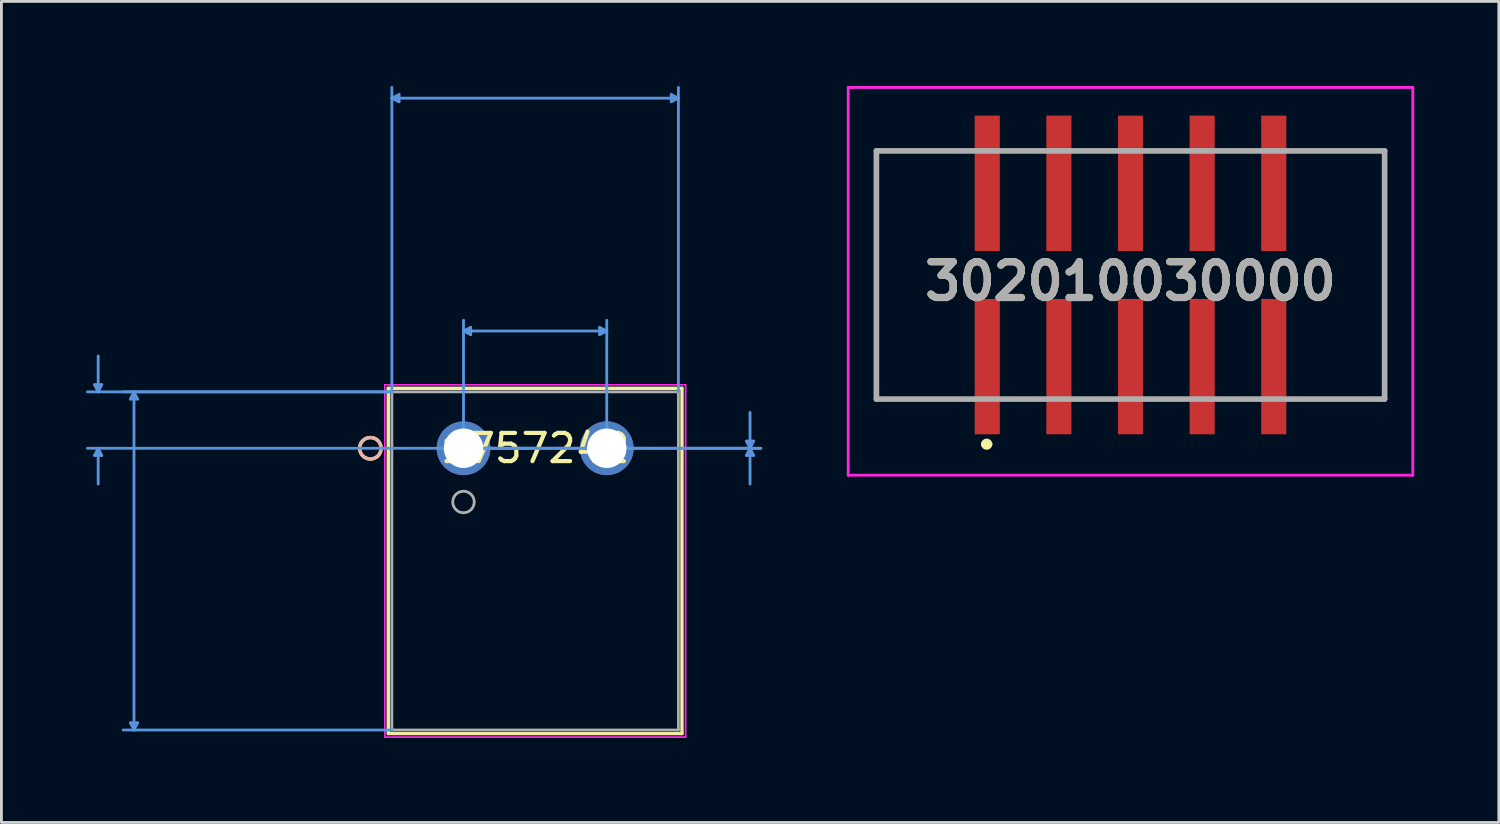
<source format=kicad_pcb>
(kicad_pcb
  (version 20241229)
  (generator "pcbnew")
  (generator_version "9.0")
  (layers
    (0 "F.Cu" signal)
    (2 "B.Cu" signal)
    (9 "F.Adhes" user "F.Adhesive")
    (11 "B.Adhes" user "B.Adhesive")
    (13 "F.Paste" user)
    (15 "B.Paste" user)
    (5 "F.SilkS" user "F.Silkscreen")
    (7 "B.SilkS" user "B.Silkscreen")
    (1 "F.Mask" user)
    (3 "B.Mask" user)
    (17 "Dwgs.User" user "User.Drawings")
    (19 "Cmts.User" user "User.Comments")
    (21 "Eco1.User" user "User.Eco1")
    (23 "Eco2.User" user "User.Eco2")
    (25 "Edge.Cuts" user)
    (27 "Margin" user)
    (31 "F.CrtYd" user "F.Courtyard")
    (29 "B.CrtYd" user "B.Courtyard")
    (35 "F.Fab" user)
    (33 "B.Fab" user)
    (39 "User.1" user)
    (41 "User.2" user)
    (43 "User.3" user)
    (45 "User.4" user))
  (footprint "1757242"
    (layer "F.Cu")
    (at 18.465 12.845)
    (property "Reference" "1757242" (at -2.54 0 0) (layer "F.SilkS") (effects (font (size 1 1) (thickness 0.15))))
    (attr through_hole)
    (fp_line (start -7.747 -2.127) (end -7.747 10.116) (stroke (width 0.12) (type solid)) (layer "F.SilkS"))
    (fp_line (start -7.747 10.116) (end 2.667 10.116) (stroke (width 0.12) (type solid)) (layer "F.SilkS"))
    (fp_line (start 2.667 -2.127) (end -7.747 -2.127) (stroke (width 0.12) (type solid)) (layer "F.SilkS"))
    (fp_line (start 2.667 10.116) (end 2.667 -2.127) (stroke (width 0.12) (type solid)) (layer "F.SilkS"))
    (fp_circle (center -8.382 0) (end -8.001 0) (stroke (width 0.12) (type solid)) (fill no) (layer "F.SilkS"))
    (fp_circle (center -8.382 0) (end -8.001 0) (stroke (width 0.12) (type solid)) (fill no) (layer "B.SilkS"))
    (fp_line (start -18.161 -2.254) (end -17.907 -2.254) (stroke (width 0.1) (type solid)) (layer "Cmts.User"))
    (fp_line (start -18.161 0.254) (end -17.907 0.254) (stroke (width 0.1) (type solid)) (layer "Cmts.User"))
    (fp_line (start -18.034 -2) (end -18.161 -2.254) (stroke (width 0.1) (type solid)) (layer "Cmts.User"))
    (fp_line (start -18.034 -2) (end -18.034 -3.27) (stroke (width 0.1) (type solid)) (layer "Cmts.User"))
    (fp_line (start -18.034 -2) (end -17.907 -2.254) (stroke (width 0.1) (type solid)) (layer "Cmts.User"))
    (fp_line (start -18.034 0) (end -18.161 0.254) (stroke (width 0.1) (type solid)) (layer "Cmts.User"))
    (fp_line (start -18.034 0) (end -18.034 1.27) (stroke (width 0.1) (type solid)) (layer "Cmts.User"))
    (fp_line (start -18.034 0) (end -17.907 0.254) (stroke (width 0.1) (type solid)) (layer "Cmts.User"))
    (fp_line (start -16.891 -1.746) (end -16.637 -1.746) (stroke (width 0.1) (type solid)) (layer "Cmts.User"))
    (fp_line (start -16.891 9.735) (end -16.637 9.735) (stroke (width 0.1) (type solid)) (layer "Cmts.User"))
    (fp_line (start -16.764 -2) (end -16.891 -1.746) (stroke (width 0.1) (type solid)) (layer "Cmts.User"))
    (fp_line (start -16.764 -2) (end -16.764 9.989) (stroke (width 0.1) (type solid)) (layer "Cmts.User"))
    (fp_line (start -16.764 -2) (end -16.637 -1.746) (stroke (width 0.1) (type solid)) (layer "Cmts.User"))
    (fp_line (start -16.764 9.989) (end -16.891 9.735) (stroke (width 0.1) (type solid)) (layer "Cmts.User"))
    (fp_line (start -16.764 9.989) (end -16.637 9.735) (stroke (width 0.1) (type solid)) (layer "Cmts.User"))
    (fp_line (start -7.62 -12.414) (end -7.366 -12.541) (stroke (width 0.1) (type solid)) (layer "Cmts.User"))
    (fp_line (start -7.62 -12.414) (end -7.366 -12.287) (stroke (width 0.1) (type solid)) (layer "Cmts.User"))
    (fp_line (start -7.62 -12.414) (end 2.54 -12.414) (stroke (width 0.1) (type solid)) (layer "Cmts.User"))
    (fp_line (start -7.62 -2) (end -18.415 -2) (stroke (width 0.1) (type solid)) (layer "Cmts.User"))
    (fp_line (start -7.62 -2) (end -17.145 -2) (stroke (width 0.1) (type solid)) (layer "Cmts.User"))
    (fp_line (start -7.62 -2) (end -7.62 -12.795) (stroke (width 0.1) (type solid)) (layer "Cmts.User"))
    (fp_line (start -7.62 9.989) (end -17.145 9.989) (stroke (width 0.1) (type solid)) (layer "Cmts.User"))
    (fp_line (start -7.366 -12.541) (end -7.366 -12.287) (stroke (width 0.1) (type solid)) (layer "Cmts.User"))
    (fp_line (start -5.08 -4.159) (end -4.826 -4.286) (stroke (width 0.1) (type solid)) (layer "Cmts.User"))
    (fp_line (start -5.08 -4.159) (end -4.826 -4.032) (stroke (width 0.1) (type solid)) (layer "Cmts.User"))
    (fp_line (start -5.08 -4.159) (end 0 -4.159) (stroke (width 0.1) (type solid)) (layer "Cmts.User"))
    (fp_line (start -5.08 0) (end -5.08 -4.54) (stroke (width 0.1) (type solid)) (layer "Cmts.User"))
    (fp_line (start -5.08 0) (end 5.461 0) (stroke (width 0.1) (type solid)) (layer "Cmts.User"))
    (fp_line (start -5.08 0) (end 5.461 0) (stroke (width 0.1) (type solid)) (layer "Cmts.User"))
    (fp_line (start -4.826 -4.286) (end -4.826 -4.032) (stroke (width 0.1) (type solid)) (layer "Cmts.User"))
    (fp_line (start -2.54 0) (end -18.415 0) (stroke (width 0.1) (type solid)) (layer "Cmts.User"))
    (fp_line (start -0.254 -4.286) (end -0.254 -4.032) (stroke (width 0.1) (type solid)) (layer "Cmts.User"))
    (fp_line (start 0 -4.159) (end -0.254 -4.286) (stroke (width 0.1) (type solid)) (layer "Cmts.User"))
    (fp_line (start 0 -4.159) (end -0.254 -4.032) (stroke (width 0.1) (type solid)) (layer "Cmts.User"))
    (fp_line (start 0 0) (end 0 -4.54) (stroke (width 0.1) (type solid)) (layer "Cmts.User"))
    (fp_line (start 2.286 -12.541) (end 2.286 -12.287) (stroke (width 0.1) (type solid)) (layer "Cmts.User"))
    (fp_line (start 2.54 -12.414) (end 2.286 -12.541) (stroke (width 0.1) (type solid)) (layer "Cmts.User"))
    (fp_line (start 2.54 -12.414) (end 2.286 -12.287) (stroke (width 0.1) (type solid)) (layer "Cmts.User"))
    (fp_line (start 2.54 -2) (end 2.54 -12.795) (stroke (width 0.1) (type solid)) (layer "Cmts.User"))
    (fp_line (start 4.953 -0.254) (end 5.207 -0.254) (stroke (width 0.1) (type solid)) (layer "Cmts.User"))
    (fp_line (start 4.953 0.254) (end 5.207 0.254) (stroke (width 0.1) (type solid)) (layer "Cmts.User"))
    (fp_line (start 5.08 0) (end 4.953 -0.254) (stroke (width 0.1) (type solid)) (layer "Cmts.User"))
    (fp_line (start 5.08 0) (end 4.953 0.254) (stroke (width 0.1) (type solid)) (layer "Cmts.User"))
    (fp_line (start 5.08 0) (end 5.08 -1.27) (stroke (width 0.1) (type solid)) (layer "Cmts.User"))
    (fp_line (start 5.08 0) (end 5.08 1.27) (stroke (width 0.1) (type solid)) (layer "Cmts.User"))
    (fp_line (start 5.08 0) (end 5.207 -0.254) (stroke (width 0.1) (type solid)) (layer "Cmts.User"))
    (fp_line (start 5.08 0) (end 5.207 0.254) (stroke (width 0.1) (type solid)) (layer "Cmts.User"))
    (fp_line (start -7.874 -2.254) (end -7.874 10.243) (stroke (width 0.05) (type solid)) (layer "F.CrtYd"))
    (fp_line (start -7.874 -2.254) (end -7.874 10.243) (stroke (width 0.05) (type solid)) (layer "F.CrtYd"))
    (fp_line (start -7.874 10.243) (end 2.794 10.243) (stroke (width 0.05) (type solid)) (layer "F.CrtYd"))
    (fp_line (start -7.874 10.243) (end 2.794 10.243) (stroke (width 0.05) (type solid)) (layer "F.CrtYd"))
    (fp_line (start 2.794 -2.254) (end -7.874 -2.254) (stroke (width 0.05) (type solid)) (layer "F.CrtYd"))
    (fp_line (start 2.794 -2.254) (end -7.874 -2.254) (stroke (width 0.05) (type solid)) (layer "F.CrtYd"))
    (fp_line (start 2.794 10.243) (end 2.794 -2.254) (stroke (width 0.05) (type solid)) (layer "F.CrtYd"))
    (fp_line (start 2.794 10.243) (end 2.794 -2.254) (stroke (width 0.05) (type solid)) (layer "F.CrtYd"))
    (fp_line (start -7.62 -2) (end -7.62 9.989) (stroke (width 0.1) (type solid)) (layer "F.Fab"))
    (fp_line (start -7.62 9.989) (end 2.54 9.989) (stroke (width 0.1) (type solid)) (layer "F.Fab"))
    (fp_line (start 2.54 -2) (end -7.62 -2) (stroke (width 0.1) (type solid)) (layer "F.Fab"))
    (fp_line (start 2.54 9.989) (end 2.54 -2) (stroke (width 0.1) (type solid)) (layer "F.Fab"))
    (fp_circle (center -5.08 1.905) (end -4.699 1.905) (stroke (width 0.1) (type solid)) (fill no) (layer "F.Fab"))
    (fp_text user "*" (at 0 0 0) (layer "F.SilkS") (effects (font (size 1 1) (thickness 0.15))))
    (fp_text user "Copyright 2021 Accelerated Designs. All rights reserved." (at 0 0 0) (layer "Cmts.User") (effects (font (size 0.127 0.127) (thickness 0.002))))
    (fp_text user "*" (at 0 0 0) (layer "F.Fab") (effects (font (size 1 1) (thickness 0.15))))
    (pad "1" thru_hole circle (at -5.08 0) (size 1.905 1.905) (drill 1.397) (layers "*.Cu" "*.Mask"))
    (pad "2" thru_hole circle (at 0 0) (size 1.905 1.905) (drill 1.397) (layers "*.Cu" "*.Mask")))
  (footprint "302010030000"
    (layer "F.Cu")
    (at 37.036 6.925)
    (property "Reference" "302010030000" (at 0 0 0) (layer "F.SilkS") (effects (font (size 1.27 1.27) (thickness 0.254))))
    (attr smd)
    (fp_line (start -9.01 4.175) (end -6 4.175) (stroke (width 0.1) (type solid)) (layer "F.SilkS"))
    (fp_line (start -9 -4.625) (end -9.01 4.175) (stroke (width 0.1) (type solid)) (layer "F.SilkS"))
    (fp_line (start -6 -4.625) (end -9 -4.625) (stroke (width 0.1) (type solid)) (layer "F.SilkS"))
    (fp_line (start -5.2 5.775) (end -5.2 5.775) (stroke (width 0.2) (type solid)) (layer "F.SilkS"))
    (fp_line (start -5 5.775) (end -5 5.775) (stroke (width 0.2) (type solid)) (layer "F.SilkS"))
    (fp_line (start 6 -4.625) (end 9 -4.625) (stroke (width 0.1) (type solid)) (layer "F.SilkS"))
    (fp_line (start 9 -4.625) (end 9.01 4.175) (stroke (width 0.1) (type solid)) (layer "F.SilkS"))
    (fp_line (start 9.01 4.175) (end 6 4.175) (stroke (width 0.1) (type solid)) (layer "F.SilkS"))
    (fp_arc (start -5.2 5.775) (mid -5.1 5.675) (end -5 5.775) (stroke (width 0.2) (type solid)) (layer "F.SilkS"))
    (fp_arc (start -5 5.775) (mid -5.1 5.875) (end -5.2 5.775) (stroke (width 0.2) (type solid)) (layer "F.SilkS"))
    (fp_line (start -10.01 -6.875) (end 10.01 -6.875) (stroke (width 0.1) (type solid)) (layer "F.CrtYd"))
    (fp_line (start -10.01 6.875) (end -10.01 -6.875) (stroke (width 0.1) (type solid)) (layer "F.CrtYd"))
    (fp_line (start 10.01 -6.875) (end 10.01 6.875) (stroke (width 0.1) (type solid)) (layer "F.CrtYd"))
    (fp_line (start 10.01 6.875) (end -10.01 6.875) (stroke (width 0.1) (type solid)) (layer "F.CrtYd"))
    (fp_line (start -9.01 -4.625) (end 9.01 -4.625) (stroke (width 0.2) (type solid)) (layer "F.Fab"))
    (fp_line (start -9.01 4.175) (end -9.01 -4.625) (stroke (width 0.2) (type solid)) (layer "F.Fab"))
    (fp_line (start 9.01 -4.625) (end 9.01 4.175) (stroke (width 0.2) (type solid)) (layer "F.Fab"))
    (fp_line (start 9.01 4.175) (end -9.01 4.175) (stroke (width 0.2) (type solid)) (layer "F.Fab"))
    (fp_text user "${REFERENCE}" (at 0 0 0) (layer "F.Fab") (effects (font (size 1.27 1.27) (thickness 0.254))))
    (pad "1" smd rect (at -5.08 3.025) (size 0.89 4.8) (layers "F.Cu" "F.Mask" "F.Paste"))
    (pad "2" smd rect (at -5.08 -3.475) (size 0.89 4.8) (layers "F.Cu" "F.Mask" "F.Paste"))
    (pad "3" smd rect (at -2.54 3.025) (size 0.89 4.8) (layers "F.Cu" "F.Mask" "F.Paste"))
    (pad "4" smd rect (at -2.54 -3.475) (size 0.89 4.8) (layers "F.Cu" "F.Mask" "F.Paste"))
    (pad "5" smd rect (at 0 3.025) (size 0.89 4.8) (layers "F.Cu" "F.Mask" "F.Paste"))
    (pad "6" smd rect (at 0 -3.475) (size 0.89 4.8) (layers "F.Cu" "F.Mask" "F.Paste"))
    (pad "7" smd rect (at 2.54 3.025) (size 0.89 4.8) (layers "F.Cu" "F.Mask" "F.Paste"))
    (pad "8" smd rect (at 2.54 -3.475) (size 0.89 4.8) (layers "F.Cu" "F.Mask" "F.Paste"))
    (pad "9" smd rect (at 5.08 3.025) (size 0.89 4.8) (layers "F.Cu" "F.Mask" "F.Paste"))
    (pad "10" smd rect (at 5.08 -3.475) (size 0.89 4.8) (layers "F.Cu" "F.Mask" "F.Paste")))
  (gr_rect
    (start -3 -3)
    (end 50.096 26.113)
    (stroke (width 0.1) (type default))
    (fill no)
    (layer "Edge.Cuts")))
</source>
